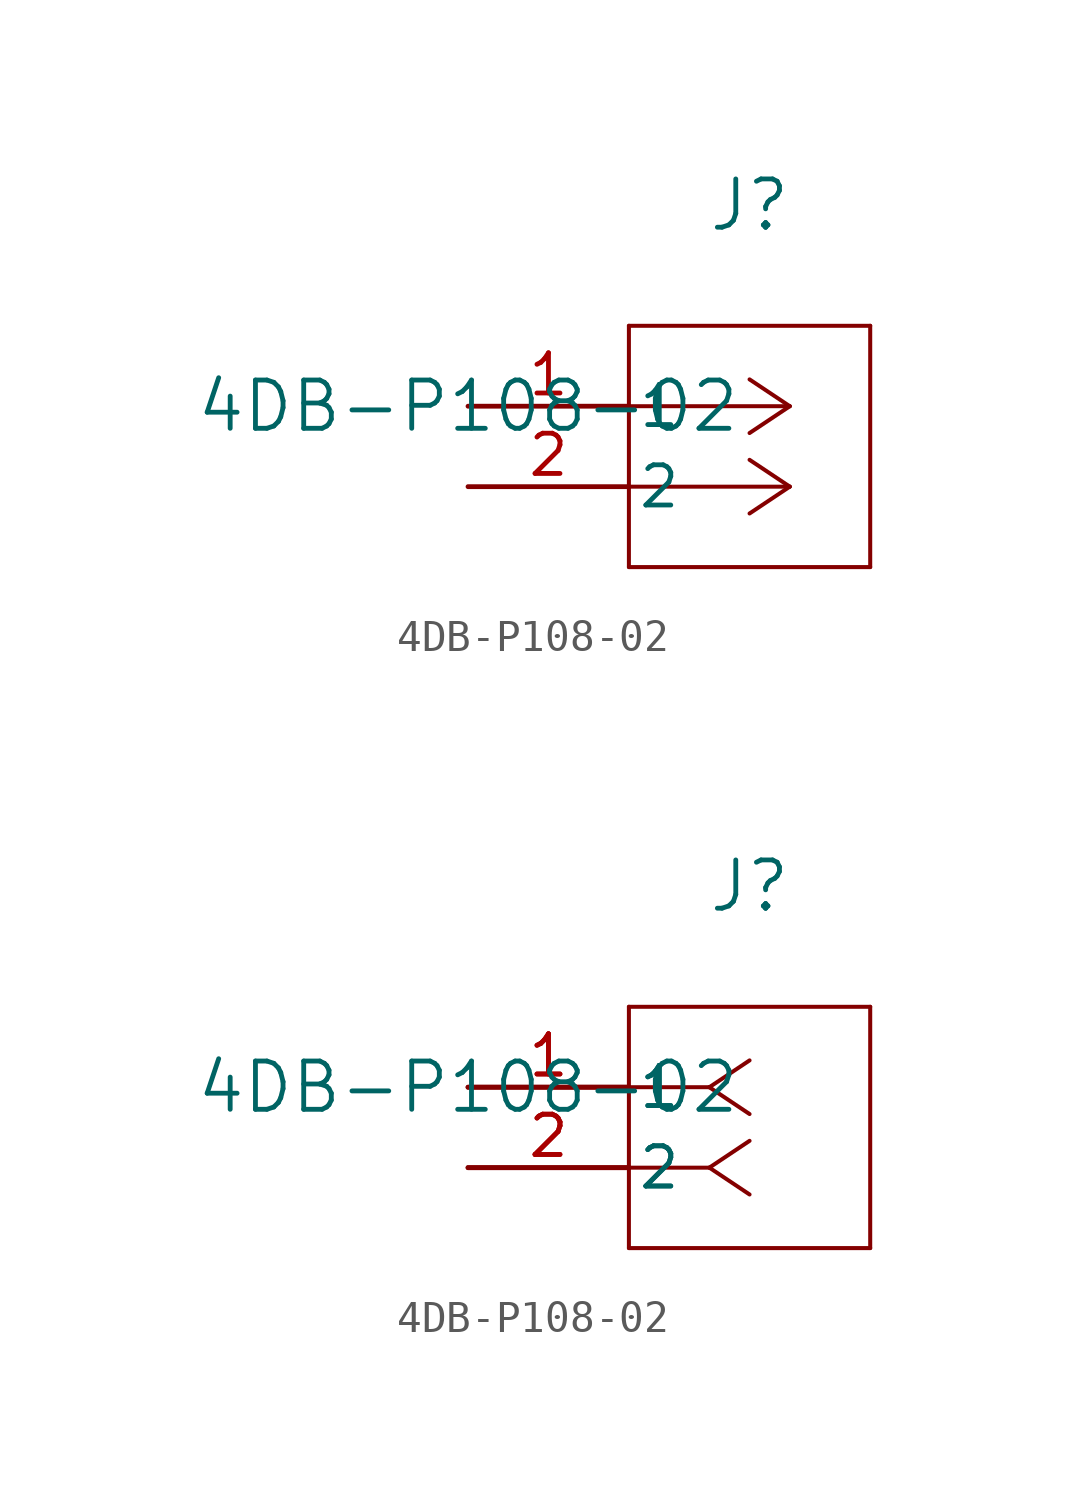
<source format=kicad_sym>
(kicad_symbol_lib
  (version 20241209)
  (generator "kicad_symbol_editor")
  (generator_version "9.0")
  (symbol "4DB-P108-02"
    (pin_names
      (offset 0.254))
    (property "Reference" "J"
      (at 8.89 6.35 0)
      (effects (font (size 1.524 1.524))))
    (property "Value" "4DB-P108-02"
      (at 0 0 0)
      (effects (font (size 1.524 1.524))))
    (property "ki_locked" ""
      (at 0 0 0)
      (effects (font (size 1.27 1.27))))
    (symbol "4DB-P108-02_1_0"
      (pin power_in line (at 0 0 0) (length 5.08) (name "1" (effects (font (size 1.27 1.27)))) (number "1" (effects (font (size 1.27 1.27)))))
      (pin power_in line (at 0 -2.54 0) (length 5.08) (name "2" (effects (font (size 1.27 1.27)))) (number "2" (effects (font (size 1.27 1.27))))))
    (symbol "4DB-P108-02_1_1"
      (polyline (pts (xy 5.08 2.54) (xy 5.08 -5.08)) (stroke (width 0.127) (type default)) (fill (type none)))
      (polyline (pts (xy 5.08 -5.08) (xy 12.7 -5.08)) (stroke (width 0.127) (type default)) (fill (type none)))
      (polyline (pts (xy 10.16 0) (xy 5.08 0)) (stroke (width 0.127) (type default)) (fill (type none)))
      (polyline (pts (xy 10.16 0) (xy 8.89 0.847)) (stroke (width 0.127) (type default)) (fill (type none)))
      (polyline (pts (xy 10.16 0) (xy 8.89 -0.847)) (stroke (width 0.127) (type default)) (fill (type none)))
      (polyline (pts (xy 10.16 -2.54) (xy 5.08 -2.54)) (stroke (width 0.127) (type default)) (fill (type none)))
      (polyline (pts (xy 10.16 -2.54) (xy 8.89 -1.693)) (stroke (width 0.127) (type default)) (fill (type none)))
      (polyline (pts (xy 10.16 -2.54) (xy 8.89 -3.387)) (stroke (width 0.127) (type default)) (fill (type none)))
      (polyline (pts (xy 12.7 2.54) (xy 5.08 2.54)) (stroke (width 0.127) (type default)) (fill (type none)))
      (polyline (pts (xy 12.7 -5.08) (xy 12.7 2.54)) (stroke (width 0.127) (type default)) (fill (type none))))
    (symbol "4DB-P108-02_1_2"
      (polyline (pts (xy 5.08 2.54) (xy 5.08 -5.08)) (stroke (width 0.127) (type default)) (fill (type none)))
      (polyline (pts (xy 5.08 -5.08) (xy 12.7 -5.08)) (stroke (width 0.127) (type default)) (fill (type none)))
      (polyline (pts (xy 7.62 0) (xy 5.08 0)) (stroke (width 0.127) (type default)) (fill (type none)))
      (polyline (pts (xy 7.62 0) (xy 8.89 0.847)) (stroke (width 0.127) (type default)) (fill (type none)))
      (polyline (pts (xy 7.62 0) (xy 8.89 -0.847)) (stroke (width 0.127) (type default)) (fill (type none)))
      (polyline (pts (xy 7.62 -2.54) (xy 5.08 -2.54)) (stroke (width 0.127) (type default)) (fill (type none)))
      (polyline (pts (xy 7.62 -2.54) (xy 8.89 -1.693)) (stroke (width 0.127) (type default)) (fill (type none)))
      (polyline (pts (xy 7.62 -2.54) (xy 8.89 -3.387)) (stroke (width 0.127) (type default)) (fill (type none)))
      (polyline (pts (xy 12.7 2.54) (xy 5.08 2.54)) (stroke (width 0.127) (type default)) (fill (type none)))
      (polyline (pts (xy 12.7 -5.08) (xy 12.7 2.54)) (stroke (width 0.127) (type default)) (fill (type none)))
      (pin unspecified line (at 0 0 0) (length 5.08) (name "1" (effects (font (size 1.27 1.27)))) (number "1" (effects (font (size 1.27 1.27)))))
      (pin unspecified line (at 0 -2.54 0) (length 5.08) (name "2" (effects (font (size 1.27 1.27)))) (number "2" (effects (font (size 1.27 1.27))))))))
</source>
